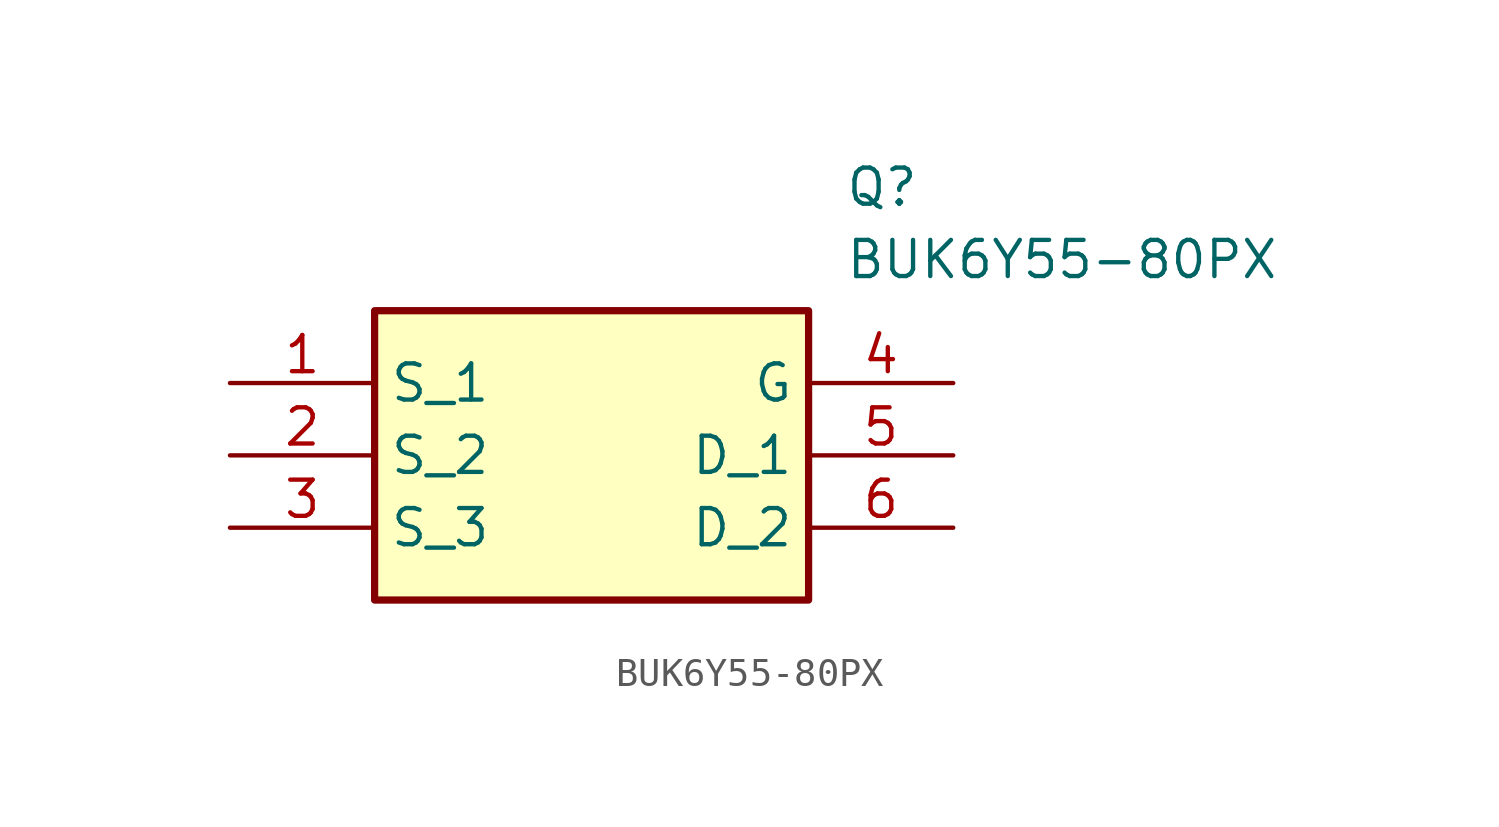
<source format=kicad_sym>
(kicad_symbol_lib
  (version 20211014)
  (generator SamacSys_ECAD_Model)
  (symbol "BUK6Y55-80PX"
    (property "Reference" "Q"
      (at 21.59 7.62 0)
      (effects (font (size 1.27 1.27)) (justify left top)))
    (property "Value" "BUK6Y55-80PX"
      (at 21.59 5.08 0)
      (effects (font (size 1.27 1.27)) (justify left top)))
    (rectangle
      (start 5.08 2.54)
      (end 20.32 -7.62)
      (stroke (width 0.254) (type default))
      (fill (type background)))
    (pin passive line
      (at 0 0 0)
      (length 5.08)
      (name "S_1" (effects (font (size 1.27 1.27))))
      (number "1" (effects (font (size 1.27 1.27)))))
    (pin passive line
      (at 0 -2.54 0)
      (length 5.08)
      (name "S_2" (effects (font (size 1.27 1.27))))
      (number "2" (effects (font (size 1.27 1.27)))))
    (pin passive line
      (at 0 -5.08 0)
      (length 5.08)
      (name "S_3" (effects (font (size 1.27 1.27))))
      (number "3" (effects (font (size 1.27 1.27)))))
    (pin passive line
      (at 25.4 0 180)
      (length 5.08)
      (name "G" (effects (font (size 1.27 1.27))))
      (number "4" (effects (font (size 1.27 1.27)))))
    (pin passive line
      (at 25.4 -2.54 180)
      (length 5.08)
      (name "D_1" (effects (font (size 1.27 1.27))))
      (number "5" (effects (font (size 1.27 1.27)))))
    (pin passive line
      (at 25.4 -5.08 180)
      (length 5.08)
      (name "D_2" (effects (font (size 1.27 1.27))))
      (number "6" (effects (font (size 1.27 1.27)))))))
</source>
